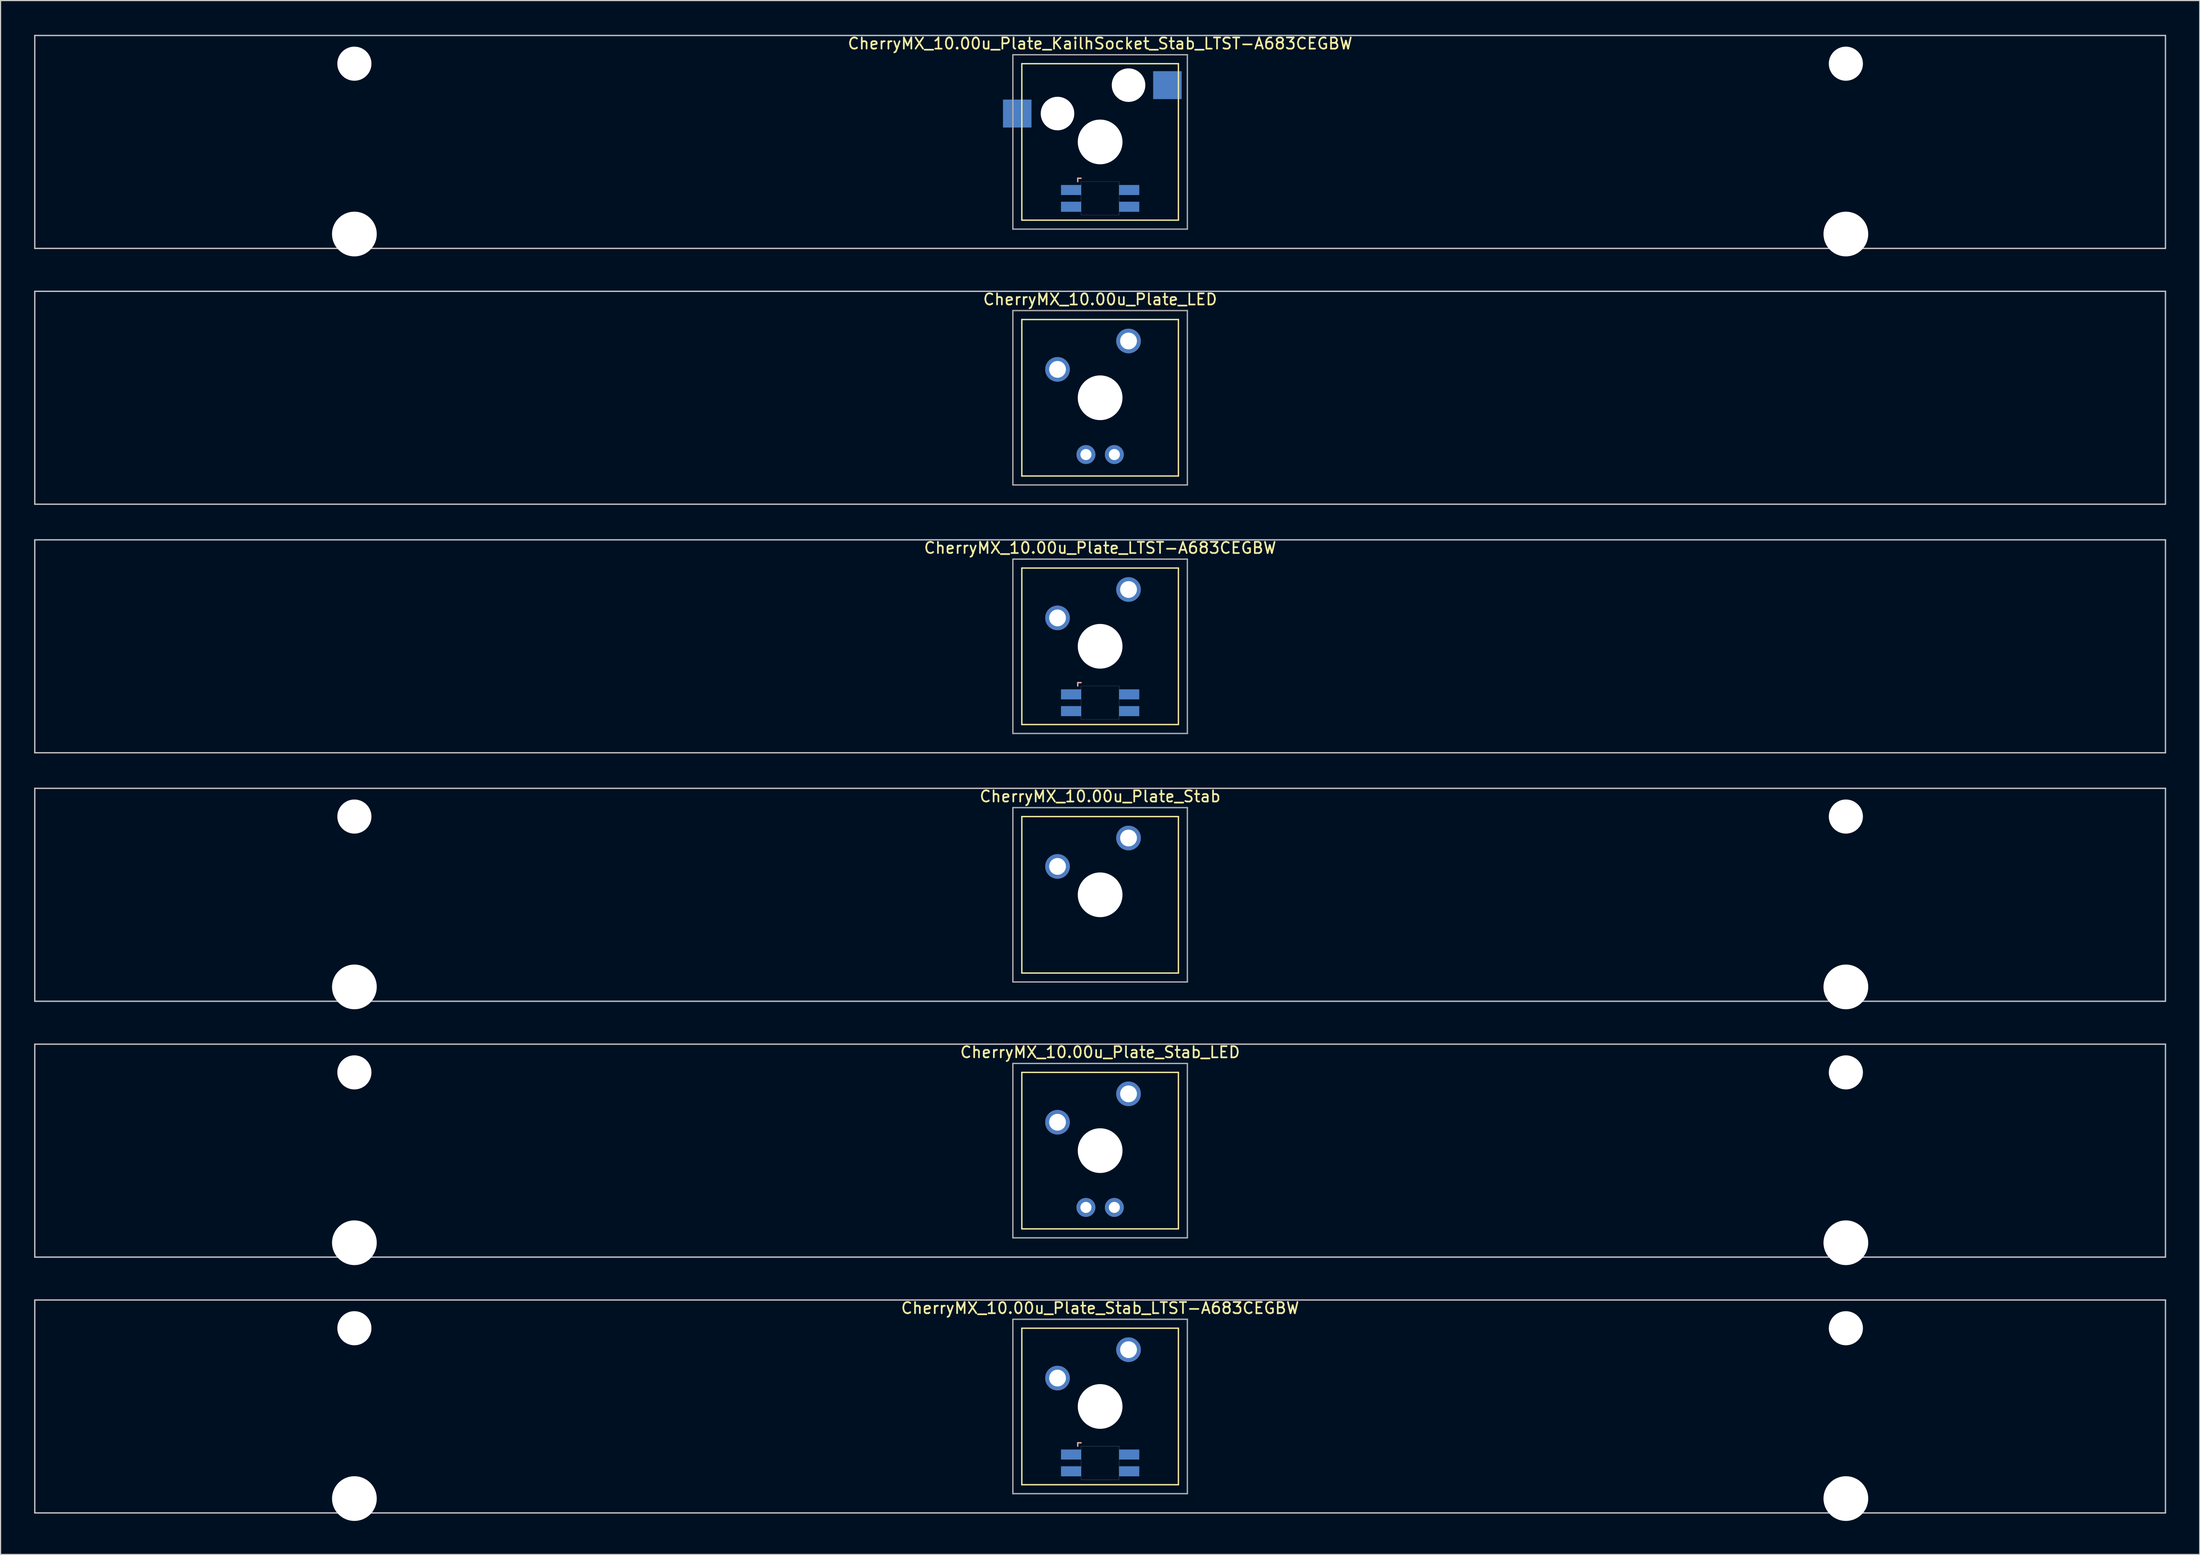
<source format=kicad_pcb>
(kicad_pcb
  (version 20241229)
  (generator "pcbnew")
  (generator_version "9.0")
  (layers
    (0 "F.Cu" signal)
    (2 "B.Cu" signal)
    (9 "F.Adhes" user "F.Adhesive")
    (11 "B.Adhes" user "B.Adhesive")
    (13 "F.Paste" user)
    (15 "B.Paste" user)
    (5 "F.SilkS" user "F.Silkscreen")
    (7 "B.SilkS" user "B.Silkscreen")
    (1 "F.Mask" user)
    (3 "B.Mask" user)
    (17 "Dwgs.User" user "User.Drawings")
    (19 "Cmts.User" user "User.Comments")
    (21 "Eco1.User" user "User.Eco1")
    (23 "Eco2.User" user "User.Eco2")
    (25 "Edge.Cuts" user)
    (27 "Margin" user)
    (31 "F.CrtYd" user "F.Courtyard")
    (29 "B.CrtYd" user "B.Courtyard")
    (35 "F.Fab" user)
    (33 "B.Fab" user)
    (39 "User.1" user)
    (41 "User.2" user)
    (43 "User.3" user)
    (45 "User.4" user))
  (footprint "CherryMX_10.00u_Plate_Stab_LTST-A683CEGBW"
    (layer "F.Cu")
    (at 95.31 122.779)
    (property "Reference" "CherryMX_10.00u_Plate_Stab_LTST-A683CEGBW" (at 0 -8.8 0) (layer "F.SilkS") (effects (font (size 1 1) (thickness 0.15))))
    (attr through_hole)
    (fp_line (start -7 -7) (end -7 7) (stroke (width 0.12) (type solid)) (layer "F.SilkS"))
    (fp_line (start -7 -7) (end 7 -7) (stroke (width 0.12) (type solid)) (layer "F.SilkS"))
    (fp_line (start 7 -7) (end 7 7) (stroke (width 0.12) (type solid)) (layer "F.SilkS"))
    (fp_line (start 7 7) (end -7 7) (stroke (width 0.12) (type solid)) (layer "F.SilkS"))
    (fp_line (start -2 3.25) (end -2 3.55) (stroke (width 0.12) (type solid)) (layer "B.SilkS"))
    (fp_line (start -1.7 3.25) (end -2 3.25) (stroke (width 0.12) (type solid)) (layer "B.SilkS"))
    (fp_line (start -95.25 -9.525) (end 95.25 -9.525) (stroke (width 0.12) (type solid)) (layer "Dwgs.User"))
    (fp_line (start -95.25 9.525) (end -95.25 -9.525) (stroke (width 0.12) (type solid)) (layer "Dwgs.User"))
    (fp_line (start 95.25 -9.525) (end 95.25 9.525) (stroke (width 0.12) (type solid)) (layer "Dwgs.User"))
    (fp_line (start 95.25 9.525) (end -95.25 9.525) (stroke (width 0.12) (type solid)) (layer "Dwgs.User"))
    (fp_poly (pts (xy 1.7 6.55) (xy -1.7 6.55) (xy -1.7 3.55) (xy 1.7 3.55)) (stroke (width 0.01) (type solid)) (fill no) (layer "Edge.Cuts"))
    (fp_line (start -7.8 -7.8) (end -7.8 7.8) (stroke (width 0.12) (type solid)) (layer "F.Fab"))
    (fp_line (start -7.8 -7.8) (end 7.8 -7.8) (stroke (width 0.12) (type solid)) (layer "F.Fab"))
    (fp_line (start -7.8 7.8) (end 7.8 7.8) (stroke (width 0.12) (type solid)) (layer "F.Fab"))
    (fp_line (start 7.8 -7.8) (end 7.8 7.8) (stroke (width 0.12) (type solid)) (layer "F.Fab"))
    (pad "" np_thru_hole circle (at -66.675 -7) (size 3.05 3.05) (drill 3.05) (layers "*.Cu" "*.Mask"))
    (pad "" np_thru_hole circle (at -66.675 8.24) (size 4 4) (drill 4) (layers "*.Cu" "*.Mask"))
    (pad "" np_thru_hole circle (at 0 0) (size 4 4) (drill 4) (layers "*.Cu" "*.Mask"))
    (pad "" np_thru_hole circle (at 66.675 -7) (size 3.05 3.05) (drill 3.05) (layers "*.Cu" "*.Mask"))
    (pad "" np_thru_hole circle (at 66.675 8.24) (size 4 4) (drill 4) (layers "*.Cu" "*.Mask"))
    (pad "1" thru_hole circle (at -3.81 -2.54) (size 2.2 2.2) (drill 1.5) (layers "*.Cu" "*.Mask"))
    (pad "2" thru_hole circle (at 2.54 -5.08) (size 2.2 2.2) (drill 1.5) (layers "*.Cu" "*.Mask"))
    (pad "3" smd rect (at -2.6 4.3) (size 1.8 0.9) (layers "B.Cu" "B.Mask" "B.Paste"))
    (pad "4" smd rect (at -2.6 5.8) (size 1.8 0.9) (layers "B.Cu" "B.Mask" "B.Paste"))
    (pad "5" smd rect (at 2.6 4.3) (size 1.8 0.9) (layers "B.Cu" "B.Mask" "B.Paste"))
    (pad "6" smd rect (at 2.6 5.8) (size 1.8 0.9) (layers "B.Cu" "B.Mask" "B.Paste")))
  (footprint "CherryMX_10.00u_Plate_Stab_LED"
    (layer "F.Cu")
    (at 95.31 99.891)
    (property "Reference" "CherryMX_10.00u_Plate_Stab_LED" (at 0 -8.8 0) (layer "F.SilkS") (effects (font (size 1 1) (thickness 0.15))))
    (attr through_hole)
    (fp_line (start -7 -7) (end -7 7) (stroke (width 0.12) (type solid)) (layer "F.SilkS"))
    (fp_line (start -7 -7) (end 7 -7) (stroke (width 0.12) (type solid)) (layer "F.SilkS"))
    (fp_line (start 7 -7) (end 7 7) (stroke (width 0.12) (type solid)) (layer "F.SilkS"))
    (fp_line (start 7 7) (end -7 7) (stroke (width 0.12) (type solid)) (layer "F.SilkS"))
    (fp_line (start -95.25 -9.525) (end 95.25 -9.525) (stroke (width 0.12) (type solid)) (layer "Dwgs.User"))
    (fp_line (start -95.25 9.525) (end -95.25 -9.525) (stroke (width 0.12) (type solid)) (layer "Dwgs.User"))
    (fp_line (start 95.25 -9.525) (end 95.25 9.525) (stroke (width 0.12) (type solid)) (layer "Dwgs.User"))
    (fp_line (start 95.25 9.525) (end -95.25 9.525) (stroke (width 0.12) (type solid)) (layer "Dwgs.User"))
    (fp_line (start -7.8 -7.8) (end -7.8 7.8) (stroke (width 0.12) (type solid)) (layer "F.Fab"))
    (fp_line (start -7.8 -7.8) (end 7.8 -7.8) (stroke (width 0.12) (type solid)) (layer "F.Fab"))
    (fp_line (start -7.8 7.8) (end 7.8 7.8) (stroke (width 0.12) (type solid)) (layer "F.Fab"))
    (fp_line (start 7.8 -7.8) (end 7.8 7.8) (stroke (width 0.12) (type solid)) (layer "F.Fab"))
    (pad "" np_thru_hole circle (at -66.675 -7) (size 3.05 3.05) (drill 3.05) (layers "*.Cu" "*.Mask"))
    (pad "" np_thru_hole circle (at -66.675 8.24) (size 4 4) (drill 4) (layers "*.Cu" "*.Mask"))
    (pad "" np_thru_hole circle (at 0 0) (size 4 4) (drill 4) (layers "*.Cu" "*.Mask"))
    (pad "" np_thru_hole circle (at 66.675 -7) (size 3.05 3.05) (drill 3.05) (layers "*.Cu" "*.Mask"))
    (pad "" np_thru_hole circle (at 66.675 8.24) (size 4 4) (drill 4) (layers "*.Cu" "*.Mask"))
    (pad "1" thru_hole circle (at -3.81 -2.54) (size 2.2 2.2) (drill 1.5) (layers "*.Cu" "*.Mask"))
    (pad "2" thru_hole circle (at 2.54 -5.08) (size 2.2 2.2) (drill 1.5) (layers "*.Cu" "*.Mask"))
    (pad "3" thru_hole circle (at -1.27 5.08) (size 1.691 1.691) (drill 0.991) (layers "*.Cu" "*.Mask"))
    (pad "4" thru_hole circle (at 1.27 5.08) (size 1.691 1.691) (drill 0.991) (layers "*.Cu" "*.Mask")))
  (footprint "CherryMX_10.00u_Plate_Stab"
    (layer "F.Cu")
    (at 95.31 77.003)
    (property "Reference" "CherryMX_10.00u_Plate_Stab" (at 0 -8.8 0) (layer "F.SilkS") (effects (font (size 1 1) (thickness 0.15))))
    (attr through_hole)
    (fp_line (start -7 -7) (end -7 7) (stroke (width 0.12) (type solid)) (layer "F.SilkS"))
    (fp_line (start -7 -7) (end 7 -7) (stroke (width 0.12) (type solid)) (layer "F.SilkS"))
    (fp_line (start 7 -7) (end 7 7) (stroke (width 0.12) (type solid)) (layer "F.SilkS"))
    (fp_line (start 7 7) (end -7 7) (stroke (width 0.12) (type solid)) (layer "F.SilkS"))
    (fp_line (start -95.25 -9.525) (end 95.25 -9.525) (stroke (width 0.12) (type solid)) (layer "Dwgs.User"))
    (fp_line (start -95.25 9.525) (end -95.25 -9.525) (stroke (width 0.12) (type solid)) (layer "Dwgs.User"))
    (fp_line (start 95.25 -9.525) (end 95.25 9.525) (stroke (width 0.12) (type solid)) (layer "Dwgs.User"))
    (fp_line (start 95.25 9.525) (end -95.25 9.525) (stroke (width 0.12) (type solid)) (layer "Dwgs.User"))
    (fp_line (start -7.8 -7.8) (end -7.8 7.8) (stroke (width 0.12) (type solid)) (layer "F.Fab"))
    (fp_line (start -7.8 -7.8) (end 7.8 -7.8) (stroke (width 0.12) (type solid)) (layer "F.Fab"))
    (fp_line (start -7.8 7.8) (end 7.8 7.8) (stroke (width 0.12) (type solid)) (layer "F.Fab"))
    (fp_line (start 7.8 -7.8) (end 7.8 7.8) (stroke (width 0.12) (type solid)) (layer "F.Fab"))
    (pad "" np_thru_hole circle (at -66.675 -7) (size 3.05 3.05) (drill 3.05) (layers "*.Cu" "*.Mask"))
    (pad "" np_thru_hole circle (at -66.675 8.24) (size 4 4) (drill 4) (layers "*.Cu" "*.Mask"))
    (pad "" np_thru_hole circle (at 0 0) (size 4 4) (drill 4) (layers "*.Cu" "*.Mask"))
    (pad "" np_thru_hole circle (at 66.675 -7) (size 3.05 3.05) (drill 3.05) (layers "*.Cu" "*.Mask"))
    (pad "" np_thru_hole circle (at 66.675 8.24) (size 4 4) (drill 4) (layers "*.Cu" "*.Mask"))
    (pad "1" thru_hole circle (at -3.81 -2.54) (size 2.2 2.2) (drill 1.5) (layers "*.Cu" "*.Mask"))
    (pad "2" thru_hole circle (at 2.54 -5.08) (size 2.2 2.2) (drill 1.5) (layers "*.Cu" "*.Mask")))
  (footprint "CherryMX_10.00u_Plate_KailhSocket_Stab_LTST-A683CEGBW"
    (layer "F.Cu")
    (at 95.31 9.648)
    (property "Reference" "CherryMX_10.00u_Plate_KailhSocket_Stab_LTST-A683CEGBW" (at 0 -8.8 0) (layer "F.SilkS") (effects (font (size 1 1) (thickness 0.15))))
    (attr through_hole)
    (fp_line (start -7 -7) (end -7 7) (stroke (width 0.12) (type solid)) (layer "F.SilkS"))
    (fp_line (start -7 -7) (end 7 -7) (stroke (width 0.12) (type solid)) (layer "F.SilkS"))
    (fp_line (start 7 -7) (end 7 7) (stroke (width 0.12) (type solid)) (layer "F.SilkS"))
    (fp_line (start 7 7) (end -7 7) (stroke (width 0.12) (type solid)) (layer "F.SilkS"))
    (fp_line (start -2 3.25) (end -2 3.55) (stroke (width 0.12) (type solid)) (layer "B.SilkS"))
    (fp_line (start -1.7 3.25) (end -2 3.25) (stroke (width 0.12) (type solid)) (layer "B.SilkS"))
    (fp_line (start -95.25 -9.525) (end 95.25 -9.525) (stroke (width 0.12) (type solid)) (layer "Dwgs.User"))
    (fp_line (start -95.25 9.525) (end -95.25 -9.525) (stroke (width 0.12) (type solid)) (layer "Dwgs.User"))
    (fp_line (start 95.25 -9.525) (end 95.25 9.525) (stroke (width 0.12) (type solid)) (layer "Dwgs.User"))
    (fp_line (start 95.25 9.525) (end -95.25 9.525) (stroke (width 0.12) (type solid)) (layer "Dwgs.User"))
    (fp_poly (pts (xy 1.7 6.55) (xy -1.7 6.55) (xy -1.7 3.55) (xy 1.7 3.55)) (stroke (width 0.01) (type solid)) (fill no) (layer "Edge.Cuts"))
    (fp_line (start -7.8 -7.8) (end -7.8 7.8) (stroke (width 0.12) (type solid)) (layer "F.Fab"))
    (fp_line (start -7.8 -7.8) (end 7.8 -7.8) (stroke (width 0.12) (type solid)) (layer "F.Fab"))
    (fp_line (start -7.8 7.8) (end 7.8 7.8) (stroke (width 0.12) (type solid)) (layer "F.Fab"))
    (fp_line (start 7.8 -7.8) (end 7.8 7.8) (stroke (width 0.12) (type solid)) (layer "F.Fab"))
    (pad "" np_thru_hole circle (at -66.675 -7) (size 3.05 3.05) (drill 3.05) (layers "*.Cu" "*.Mask"))
    (pad "" np_thru_hole circle (at -66.675 8.24) (size 4 4) (drill 4) (layers "*.Cu" "*.Mask"))
    (pad "" np_thru_hole circle (at -3.81 -2.54) (size 3 3) (drill 3) (layers "*.Cu" "*.Mask"))
    (pad "" np_thru_hole circle (at 0 0) (size 4 4) (drill 4) (layers "*.Cu" "*.Mask"))
    (pad "" np_thru_hole circle (at 2.54 -5.08) (size 3 3) (drill 3) (layers "*.Cu" "*.Mask"))
    (pad "" np_thru_hole circle (at 66.675 -7) (size 3.05 3.05) (drill 3.05) (layers "*.Cu" "*.Mask"))
    (pad "" np_thru_hole circle (at 66.675 8.24) (size 4 4) (drill 4) (layers "*.Cu" "*.Mask"))
    (pad "1" smd rect (at -7.41 -2.54) (size 2.55 2.5) (layers "B.Cu" "B.Mask" "B.Paste"))
    (pad "2" smd rect (at 6.015 -5.08) (size 2.55 2.5) (layers "B.Cu" "B.Mask" "B.Paste"))
    (pad "3" smd rect (at -2.6 4.3) (size 1.8 0.9) (layers "B.Cu" "B.Mask" "B.Paste"))
    (pad "4" smd rect (at -2.6 5.8) (size 1.8 0.9) (layers "B.Cu" "B.Mask" "B.Paste"))
    (pad "5" smd rect (at 2.6 4.3) (size 1.8 0.9) (layers "B.Cu" "B.Mask" "B.Paste"))
    (pad "6" smd rect (at 2.6 5.8) (size 1.8 0.9) (layers "B.Cu" "B.Mask" "B.Paste")))
  (footprint "CherryMX_10.00u_Plate_LED"
    (layer "F.Cu")
    (at 95.31 32.536)
    (property "Reference" "CherryMX_10.00u_Plate_LED" (at 0 -8.8 0) (layer "F.SilkS") (effects (font (size 1 1) (thickness 0.15))))
    (attr through_hole)
    (fp_line (start -7 -7) (end -7 7) (stroke (width 0.12) (type solid)) (layer "F.SilkS"))
    (fp_line (start -7 -7) (end 7 -7) (stroke (width 0.12) (type solid)) (layer "F.SilkS"))
    (fp_line (start 7 -7) (end 7 7) (stroke (width 0.12) (type solid)) (layer "F.SilkS"))
    (fp_line (start 7 7) (end -7 7) (stroke (width 0.12) (type solid)) (layer "F.SilkS"))
    (fp_line (start -95.25 -9.525) (end 95.25 -9.525) (stroke (width 0.12) (type solid)) (layer "Dwgs.User"))
    (fp_line (start -95.25 9.525) (end -95.25 -9.525) (stroke (width 0.12) (type solid)) (layer "Dwgs.User"))
    (fp_line (start 95.25 -9.525) (end 95.25 9.525) (stroke (width 0.12) (type solid)) (layer "Dwgs.User"))
    (fp_line (start 95.25 9.525) (end -95.25 9.525) (stroke (width 0.12) (type solid)) (layer "Dwgs.User"))
    (fp_line (start -7.8 -7.8) (end -7.8 7.8) (stroke (width 0.12) (type solid)) (layer "F.Fab"))
    (fp_line (start -7.8 -7.8) (end 7.8 -7.8) (stroke (width 0.12) (type solid)) (layer "F.Fab"))
    (fp_line (start -7.8 7.8) (end 7.8 7.8) (stroke (width 0.12) (type solid)) (layer "F.Fab"))
    (fp_line (start 7.8 -7.8) (end 7.8 7.8) (stroke (width 0.12) (type solid)) (layer "F.Fab"))
    (pad "" np_thru_hole circle (at 0 0) (size 4 4) (drill 4) (layers "*.Cu" "*.Mask"))
    (pad "1" thru_hole circle (at -3.81 -2.54) (size 2.2 2.2) (drill 1.5) (layers "*.Cu" "*.Mask"))
    (pad "2" thru_hole circle (at 2.54 -5.08) (size 2.2 2.2) (drill 1.5) (layers "*.Cu" "*.Mask"))
    (pad "3" thru_hole circle (at -1.27 5.08) (size 1.691 1.691) (drill 0.991) (layers "*.Cu" "*.Mask"))
    (pad "4" thru_hole circle (at 1.27 5.08) (size 1.691 1.691) (drill 0.991) (layers "*.Cu" "*.Mask")))
  (footprint "CherryMX_10.00u_Plate_LTST-A683CEGBW"
    (layer "F.Cu")
    (at 95.31 54.77)
    (property "Reference" "CherryMX_10.00u_Plate_LTST-A683CEGBW" (at 0 -8.8 0) (layer "F.SilkS") (effects (font (size 1 1) (thickness 0.15))))
    (attr through_hole)
    (fp_line (start -7 -7) (end -7 7) (stroke (width 0.12) (type solid)) (layer "F.SilkS"))
    (fp_line (start -7 -7) (end 7 -7) (stroke (width 0.12) (type solid)) (layer "F.SilkS"))
    (fp_line (start 7 -7) (end 7 7) (stroke (width 0.12) (type solid)) (layer "F.SilkS"))
    (fp_line (start 7 7) (end -7 7) (stroke (width 0.12) (type solid)) (layer "F.SilkS"))
    (fp_line (start -2 3.25) (end -2 3.55) (stroke (width 0.12) (type solid)) (layer "B.SilkS"))
    (fp_line (start -1.7 3.25) (end -2 3.25) (stroke (width 0.12) (type solid)) (layer "B.SilkS"))
    (fp_line (start -95.25 -9.525) (end 95.25 -9.525) (stroke (width 0.12) (type solid)) (layer "Dwgs.User"))
    (fp_line (start -95.25 9.525) (end -95.25 -9.525) (stroke (width 0.12) (type solid)) (layer "Dwgs.User"))
    (fp_line (start 95.25 -9.525) (end 95.25 9.525) (stroke (width 0.12) (type solid)) (layer "Dwgs.User"))
    (fp_line (start 95.25 9.525) (end -95.25 9.525) (stroke (width 0.12) (type solid)) (layer "Dwgs.User"))
    (fp_poly (pts (xy 1.7 6.55) (xy -1.7 6.55) (xy -1.7 3.55) (xy 1.7 3.55)) (stroke (width 0.01) (type solid)) (fill no) (layer "Edge.Cuts"))
    (fp_line (start -7.8 -7.8) (end -7.8 7.8) (stroke (width 0.12) (type solid)) (layer "F.Fab"))
    (fp_line (start -7.8 -7.8) (end 7.8 -7.8) (stroke (width 0.12) (type solid)) (layer "F.Fab"))
    (fp_line (start -7.8 7.8) (end 7.8 7.8) (stroke (width 0.12) (type solid)) (layer "F.Fab"))
    (fp_line (start 7.8 -7.8) (end 7.8 7.8) (stroke (width 0.12) (type solid)) (layer "F.Fab"))
    (pad "" np_thru_hole circle (at 0 0) (size 4 4) (drill 4) (layers "*.Cu" "*.Mask"))
    (pad "1" thru_hole circle (at -3.81 -2.54) (size 2.2 2.2) (drill 1.5) (layers "*.Cu" "*.Mask"))
    (pad "2" thru_hole circle (at 2.54 -5.08) (size 2.2 2.2) (drill 1.5) (layers "*.Cu" "*.Mask"))
    (pad "3" smd rect (at -2.6 4.3) (size 1.8 0.9) (layers "B.Cu" "B.Mask" "B.Paste"))
    (pad "4" smd rect (at -2.6 5.8) (size 1.8 0.9) (layers "B.Cu" "B.Mask" "B.Paste"))
    (pad "5" smd rect (at 2.6 4.3) (size 1.8 0.9) (layers "B.Cu" "B.Mask" "B.Paste"))
    (pad "6" smd rect (at 2.6 5.8) (size 1.8 0.9) (layers "B.Cu" "B.Mask" "B.Paste")))
  (gr_rect
    (start -3 -3)
    (end 193.62 136.019)
    (stroke (width 0.1) (type default))
    (fill no)
    (layer "Edge.Cuts")))
</source>
